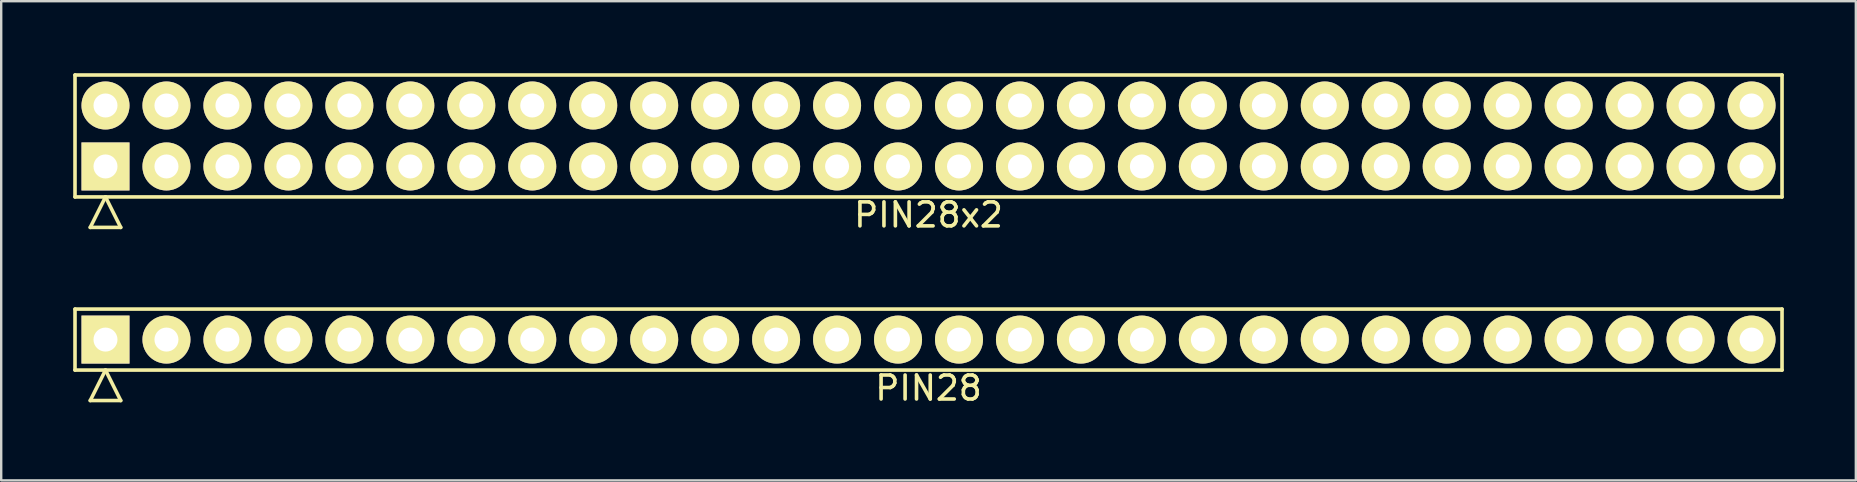
<source format=kicad_pcb>
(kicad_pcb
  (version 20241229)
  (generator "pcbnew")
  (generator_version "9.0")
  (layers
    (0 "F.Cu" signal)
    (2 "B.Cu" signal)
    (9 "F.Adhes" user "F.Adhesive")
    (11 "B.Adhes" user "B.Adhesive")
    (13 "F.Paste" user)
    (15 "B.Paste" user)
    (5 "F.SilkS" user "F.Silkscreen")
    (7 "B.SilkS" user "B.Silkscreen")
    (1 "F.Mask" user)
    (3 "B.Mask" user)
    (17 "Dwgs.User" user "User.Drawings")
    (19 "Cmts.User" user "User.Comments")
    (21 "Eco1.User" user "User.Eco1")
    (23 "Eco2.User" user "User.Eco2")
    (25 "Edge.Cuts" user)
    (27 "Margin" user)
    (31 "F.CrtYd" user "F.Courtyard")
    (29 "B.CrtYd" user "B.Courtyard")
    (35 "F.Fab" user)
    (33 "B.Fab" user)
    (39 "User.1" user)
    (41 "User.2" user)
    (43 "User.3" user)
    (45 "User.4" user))
  (footprint "PIN28x2"
    (layer "F.Cu")
    (at 35.635 2.615)
    (property "Reference" "PIN28x2" (at 0 3.29 0) (layer "F.SilkS") (effects (font (size 1 1) (thickness 0.15))))
    (attr through_hole)
    (fp_line (start -35.56 -2.54) (end -35.56 2.54) (stroke (width 0.15) (type solid)) (layer "F.SilkS"))
    (fp_line (start -35.56 2.54) (end 35.56 2.54) (stroke (width 0.15) (type solid)) (layer "F.SilkS"))
    (fp_line (start -34.925 3.81) (end -34.29 2.54) (stroke (width 0.15) (type solid)) (layer "F.SilkS"))
    (fp_line (start -34.925 3.81) (end -33.655 3.81) (stroke (width 0.15) (type solid)) (layer "F.SilkS"))
    (fp_line (start -33.655 3.81) (end -34.29 2.54) (stroke (width 0.15) (type solid)) (layer "F.SilkS"))
    (fp_line (start 35.56 -2.54) (end -35.56 -2.54) (stroke (width 0.15) (type solid)) (layer "F.SilkS"))
    (fp_line (start 35.56 2.54) (end 35.56 -2.54) (stroke (width 0.15) (type solid)) (layer "F.SilkS"))
    (pad "1" thru_hole rect (at -34.29 1.27) (size 2 2) (drill 1) (layers "*.Cu" "*.Mask" "F.SilkS"))
    (pad "2" thru_hole circle (at -34.29 -1.27) (size 2 2) (drill 1) (layers "*.Cu" "*.Mask" "F.SilkS"))
    (pad "3" thru_hole circle (at -31.75 1.27) (size 2 2) (drill 1) (layers "*.Cu" "*.Mask" "F.SilkS"))
    (pad "4" thru_hole circle (at -31.75 -1.27) (size 2 2) (drill 1) (layers "*.Cu" "*.Mask" "F.SilkS"))
    (pad "5" thru_hole circle (at -29.21 1.27) (size 2 2) (drill 1) (layers "*.Cu" "*.Mask" "F.SilkS"))
    (pad "6" thru_hole circle (at -29.21 -1.27) (size 2 2) (drill 1) (layers "*.Cu" "*.Mask" "F.SilkS"))
    (pad "7" thru_hole circle (at -26.67 1.27) (size 2 2) (drill 1) (layers "*.Cu" "*.Mask" "F.SilkS"))
    (pad "8" thru_hole circle (at -26.67 -1.27) (size 2 2) (drill 1) (layers "*.Cu" "*.Mask" "F.SilkS"))
    (pad "9" thru_hole circle (at -24.13 1.27) (size 2 2) (drill 1) (layers "*.Cu" "*.Mask" "F.SilkS"))
    (pad "10" thru_hole circle (at -24.13 -1.27) (size 2 2) (drill 1) (layers "*.Cu" "*.Mask" "F.SilkS"))
    (pad "11" thru_hole circle (at -21.59 1.27) (size 2 2) (drill 1) (layers "*.Cu" "*.Mask" "F.SilkS"))
    (pad "12" thru_hole circle (at -21.59 -1.27) (size 2 2) (drill 1) (layers "*.Cu" "*.Mask" "F.SilkS"))
    (pad "13" thru_hole circle (at -19.05 1.27) (size 2 2) (drill 1) (layers "*.Cu" "*.Mask" "F.SilkS"))
    (pad "14" thru_hole circle (at -19.05 -1.27) (size 2 2) (drill 1) (layers "*.Cu" "*.Mask" "F.SilkS"))
    (pad "15" thru_hole circle (at -16.51 1.27) (size 2 2) (drill 1) (layers "*.Cu" "*.Mask" "F.SilkS"))
    (pad "16" thru_hole circle (at -16.51 -1.27) (size 2 2) (drill 1) (layers "*.Cu" "*.Mask" "F.SilkS"))
    (pad "17" thru_hole circle (at -13.97 1.27) (size 2 2) (drill 1) (layers "*.Cu" "*.Mask" "F.SilkS"))
    (pad "18" thru_hole circle (at -13.97 -1.27) (size 2 2) (drill 1) (layers "*.Cu" "*.Mask" "F.SilkS"))
    (pad "19" thru_hole circle (at -11.43 1.27) (size 2 2) (drill 1) (layers "*.Cu" "*.Mask" "F.SilkS"))
    (pad "20" thru_hole circle (at -11.43 -1.27) (size 2 2) (drill 1) (layers "*.Cu" "*.Mask" "F.SilkS"))
    (pad "21" thru_hole circle (at -8.89 1.27) (size 2 2) (drill 1) (layers "*.Cu" "*.Mask" "F.SilkS"))
    (pad "22" thru_hole circle (at -8.89 -1.27) (size 2 2) (drill 1) (layers "*.Cu" "*.Mask" "F.SilkS"))
    (pad "23" thru_hole circle (at -6.35 1.27) (size 2 2) (drill 1) (layers "*.Cu" "*.Mask" "F.SilkS"))
    (pad "24" thru_hole circle (at -6.35 -1.27) (size 2 2) (drill 1) (layers "*.Cu" "*.Mask" "F.SilkS"))
    (pad "25" thru_hole circle (at -3.81 1.27) (size 2 2) (drill 1) (layers "*.Cu" "*.Mask" "F.SilkS"))
    (pad "26" thru_hole circle (at -3.81 -1.27) (size 2 2) (drill 1) (layers "*.Cu" "*.Mask" "F.SilkS"))
    (pad "27" thru_hole circle (at -1.27 1.27) (size 2 2) (drill 1) (layers "*.Cu" "*.Mask" "F.SilkS"))
    (pad "28" thru_hole circle (at -1.27 -1.27) (size 2 2) (drill 1) (layers "*.Cu" "*.Mask" "F.SilkS"))
    (pad "29" thru_hole circle (at 1.27 1.27) (size 2 2) (drill 1) (layers "*.Cu" "*.Mask" "F.SilkS"))
    (pad "30" thru_hole circle (at 1.27 -1.27) (size 2 2) (drill 1) (layers "*.Cu" "*.Mask" "F.SilkS"))
    (pad "31" thru_hole circle (at 3.81 1.27) (size 2 2) (drill 1) (layers "*.Cu" "*.Mask" "F.SilkS"))
    (pad "32" thru_hole circle (at 3.81 -1.27) (size 2 2) (drill 1) (layers "*.Cu" "*.Mask" "F.SilkS"))
    (pad "33" thru_hole circle (at 6.35 1.27) (size 2 2) (drill 1) (layers "*.Cu" "*.Mask" "F.SilkS"))
    (pad "34" thru_hole circle (at 6.35 -1.27) (size 2 2) (drill 1) (layers "*.Cu" "*.Mask" "F.SilkS"))
    (pad "35" thru_hole circle (at 8.89 1.27) (size 2 2) (drill 1) (layers "*.Cu" "*.Mask" "F.SilkS"))
    (pad "36" thru_hole circle (at 8.89 -1.27) (size 2 2) (drill 1) (layers "*.Cu" "*.Mask" "F.SilkS"))
    (pad "37" thru_hole circle (at 11.43 1.27) (size 2 2) (drill 1) (layers "*.Cu" "*.Mask" "F.SilkS"))
    (pad "38" thru_hole circle (at 11.43 -1.27) (size 2 2) (drill 1) (layers "*.Cu" "*.Mask" "F.SilkS"))
    (pad "39" thru_hole circle (at 13.97 1.27) (size 2 2) (drill 1) (layers "*.Cu" "*.Mask" "F.SilkS"))
    (pad "40" thru_hole circle (at 13.97 -1.27) (size 2 2) (drill 1) (layers "*.Cu" "*.Mask" "F.SilkS"))
    (pad "41" thru_hole circle (at 16.51 1.27) (size 2 2) (drill 1) (layers "*.Cu" "*.Mask" "F.SilkS"))
    (pad "42" thru_hole circle (at 16.51 -1.27) (size 2 2) (drill 1) (layers "*.Cu" "*.Mask" "F.SilkS"))
    (pad "43" thru_hole circle (at 19.05 1.27) (size 2 2) (drill 1) (layers "*.Cu" "*.Mask" "F.SilkS"))
    (pad "44" thru_hole circle (at 19.05 -1.27) (size 2 2) (drill 1) (layers "*.Cu" "*.Mask" "F.SilkS"))
    (pad "45" thru_hole circle (at 21.59 1.27) (size 2 2) (drill 1) (layers "*.Cu" "*.Mask" "F.SilkS"))
    (pad "46" thru_hole circle (at 21.59 -1.27) (size 2 2) (drill 1) (layers "*.Cu" "*.Mask" "F.SilkS"))
    (pad "47" thru_hole circle (at 24.13 1.27) (size 2 2) (drill 1) (layers "*.Cu" "*.Mask" "F.SilkS"))
    (pad "48" thru_hole circle (at 24.13 -1.27) (size 2 2) (drill 1) (layers "*.Cu" "*.Mask" "F.SilkS"))
    (pad "49" thru_hole circle (at 26.67 1.27) (size 2 2) (drill 1) (layers "*.Cu" "*.Mask" "F.SilkS"))
    (pad "50" thru_hole circle (at 26.67 -1.27) (size 2 2) (drill 1) (layers "*.Cu" "*.Mask" "F.SilkS"))
    (pad "51" thru_hole circle (at 29.21 1.27) (size 2 2) (drill 1) (layers "*.Cu" "*.Mask" "F.SilkS"))
    (pad "52" thru_hole circle (at 29.21 -1.27) (size 2 2) (drill 1) (layers "*.Cu" "*.Mask" "F.SilkS"))
    (pad "53" thru_hole circle (at 31.75 1.27) (size 2 2) (drill 1) (layers "*.Cu" "*.Mask" "F.SilkS"))
    (pad "54" thru_hole circle (at 31.75 -1.27) (size 2 2) (drill 1) (layers "*.Cu" "*.Mask" "F.SilkS"))
    (pad "55" thru_hole circle (at 34.29 1.27) (size 2 2) (drill 1) (layers "*.Cu" "*.Mask" "F.SilkS"))
    (pad "56" thru_hole circle (at 34.29 -1.27) (size 2 2) (drill 1) (layers "*.Cu" "*.Mask" "F.SilkS")))
  (footprint "PIN28"
    (layer "F.Cu")
    (at 35.635 11.098)
    (property "Reference" "PIN28" (at 0 2.02 0) (layer "F.SilkS") (effects (font (size 1 1) (thickness 0.15))))
    (attr through_hole)
    (fp_line (start -35.56 -1.27) (end -35.56 1.27) (stroke (width 0.15) (type solid)) (layer "F.SilkS"))
    (fp_line (start -35.56 1.27) (end 35.56 1.27) (stroke (width 0.15) (type solid)) (layer "F.SilkS"))
    (fp_line (start -34.925 2.54) (end -34.29 1.27) (stroke (width 0.15) (type solid)) (layer "F.SilkS"))
    (fp_line (start -34.925 2.54) (end -33.655 2.54) (stroke (width 0.15) (type solid)) (layer "F.SilkS"))
    (fp_line (start -33.655 2.54) (end -34.29 1.27) (stroke (width 0.15) (type solid)) (layer "F.SilkS"))
    (fp_line (start 35.56 -1.27) (end -35.56 -1.27) (stroke (width 0.15) (type solid)) (layer "F.SilkS"))
    (fp_line (start 35.56 1.27) (end 35.56 -1.27) (stroke (width 0.15) (type solid)) (layer "F.SilkS"))
    (pad "1" thru_hole rect (at -34.29 0) (size 2 2) (drill 1) (layers "*.Cu" "*.Mask" "F.SilkS"))
    (pad "2" thru_hole circle (at -31.75 0) (size 2 2) (drill 1) (layers "*.Cu" "*.Mask" "F.SilkS"))
    (pad "3" thru_hole circle (at -29.21 0) (size 2 2) (drill 1) (layers "*.Cu" "*.Mask" "F.SilkS"))
    (pad "4" thru_hole circle (at -26.67 0) (size 2 2) (drill 1) (layers "*.Cu" "*.Mask" "F.SilkS"))
    (pad "5" thru_hole circle (at -24.13 0) (size 2 2) (drill 1) (layers "*.Cu" "*.Mask" "F.SilkS"))
    (pad "6" thru_hole circle (at -21.59 0) (size 2 2) (drill 1) (layers "*.Cu" "*.Mask" "F.SilkS"))
    (pad "7" thru_hole circle (at -19.05 0) (size 2 2) (drill 1) (layers "*.Cu" "*.Mask" "F.SilkS"))
    (pad "8" thru_hole circle (at -16.51 0) (size 2 2) (drill 1) (layers "*.Cu" "*.Mask" "F.SilkS"))
    (pad "9" thru_hole circle (at -13.97 0) (size 2 2) (drill 1) (layers "*.Cu" "*.Mask" "F.SilkS"))
    (pad "10" thru_hole circle (at -11.43 0) (size 2 2) (drill 1) (layers "*.Cu" "*.Mask" "F.SilkS"))
    (pad "11" thru_hole circle (at -8.89 0) (size 2 2) (drill 1) (layers "*.Cu" "*.Mask" "F.SilkS"))
    (pad "12" thru_hole circle (at -6.35 0) (size 2 2) (drill 1) (layers "*.Cu" "*.Mask" "F.SilkS"))
    (pad "13" thru_hole circle (at -3.81 0) (size 2 2) (drill 1) (layers "*.Cu" "*.Mask" "F.SilkS"))
    (pad "14" thru_hole circle (at -1.27 0) (size 2 2) (drill 1) (layers "*.Cu" "*.Mask" "F.SilkS"))
    (pad "15" thru_hole circle (at 1.27 0) (size 2 2) (drill 1) (layers "*.Cu" "*.Mask" "F.SilkS"))
    (pad "16" thru_hole circle (at 3.81 0) (size 2 2) (drill 1) (layers "*.Cu" "*.Mask" "F.SilkS"))
    (pad "17" thru_hole circle (at 6.35 0) (size 2 2) (drill 1) (layers "*.Cu" "*.Mask" "F.SilkS"))
    (pad "18" thru_hole circle (at 8.89 0) (size 2 2) (drill 1) (layers "*.Cu" "*.Mask" "F.SilkS"))
    (pad "19" thru_hole circle (at 11.43 0) (size 2 2) (drill 1) (layers "*.Cu" "*.Mask" "F.SilkS"))
    (pad "20" thru_hole circle (at 13.97 0) (size 2 2) (drill 1) (layers "*.Cu" "*.Mask" "F.SilkS"))
    (pad "21" thru_hole circle (at 16.51 0) (size 2 2) (drill 1) (layers "*.Cu" "*.Mask" "F.SilkS"))
    (pad "22" thru_hole circle (at 19.05 0) (size 2 2) (drill 1) (layers "*.Cu" "*.Mask" "F.SilkS"))
    (pad "23" thru_hole circle (at 21.59 0) (size 2 2) (drill 1) (layers "*.Cu" "*.Mask" "F.SilkS"))
    (pad "24" thru_hole circle (at 24.13 0) (size 2 2) (drill 1) (layers "*.Cu" "*.Mask" "F.SilkS"))
    (pad "25" thru_hole circle (at 26.67 0) (size 2 2) (drill 1) (layers "*.Cu" "*.Mask" "F.SilkS"))
    (pad "26" thru_hole circle (at 29.21 0) (size 2 2) (drill 1) (layers "*.Cu" "*.Mask" "F.SilkS"))
    (pad "27" thru_hole circle (at 31.75 0) (size 2 2) (drill 1) (layers "*.Cu" "*.Mask" "F.SilkS"))
    (pad "28" thru_hole circle (at 34.29 0) (size 2 2) (drill 1) (layers "*.Cu" "*.Mask" "F.SilkS")))
  (gr_rect
    (start -3 -3)
    (end 74.27 16.966)
    (stroke (width 0.1) (type default))
    (fill no)
    (layer "Edge.Cuts")))
</source>
